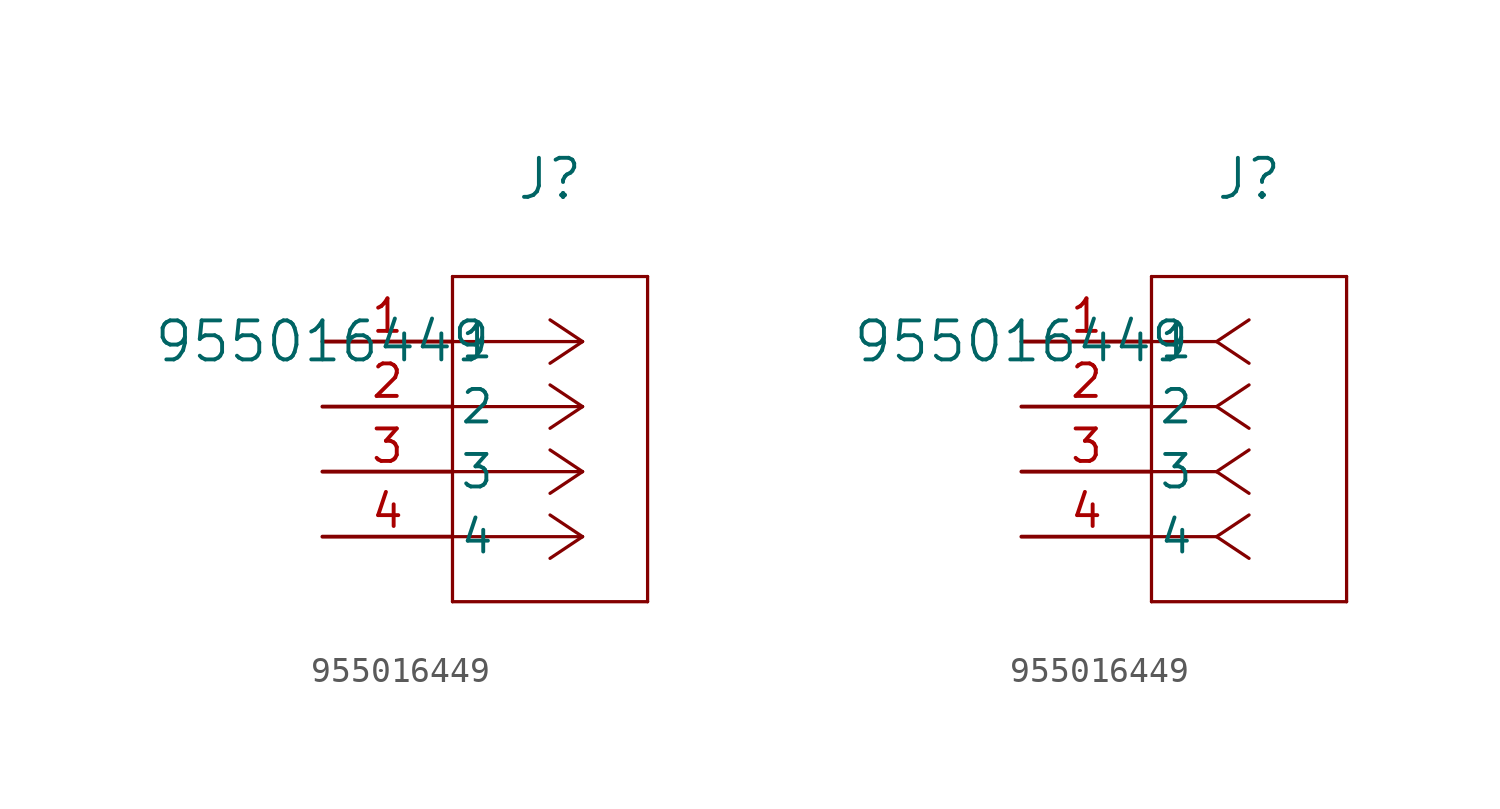
<source format=kicad_sym>
(kicad_symbol_lib
  (version 20211014)
  (generator kicad_symbol_editor)
  (symbol "955016449"
    (pin_names
      (offset 0.254))
    (property "Reference" "J"
      (at 8.89 6.35 0)
      (effects (font (size 1.524 1.524))))
    (property "Value" "955016449"
      (at 0 0 0)
      (effects (font (size 1.524 1.524))))
    (symbol "955016449_1_1"
      (polyline (pts (xy 10.16 0) (xy 5.08 0)) (stroke (width 0.127) (type default) (color 0 0 0 0)) (fill (type none)))
      (polyline (pts (xy 10.16 -2.54) (xy 5.08 -2.54)) (stroke (width 0.127) (type default) (color 0 0 0 0)) (fill (type none)))
      (polyline (pts (xy 10.16 -5.08) (xy 5.08 -5.08)) (stroke (width 0.127) (type default) (color 0 0 0 0)) (fill (type none)))
      (polyline (pts (xy 10.16 -7.62) (xy 5.08 -7.62)) (stroke (width 0.127) (type default) (color 0 0 0 0)) (fill (type none)))
      (polyline (pts (xy 10.16 0) (xy 8.89 0.847)) (stroke (width 0.127) (type default) (color 0 0 0 0)) (fill (type none)))
      (polyline (pts (xy 10.16 -2.54) (xy 8.89 -1.693)) (stroke (width 0.127) (type default) (color 0 0 0 0)) (fill (type none)))
      (polyline (pts (xy 10.16 -5.08) (xy 8.89 -4.233)) (stroke (width 0.127) (type default) (color 0 0 0 0)) (fill (type none)))
      (polyline (pts (xy 10.16 -7.62) (xy 8.89 -6.773)) (stroke (width 0.127) (type default) (color 0 0 0 0)) (fill (type none)))
      (polyline (pts (xy 10.16 0) (xy 8.89 -0.847)) (stroke (width 0.127) (type default) (color 0 0 0 0)) (fill (type none)))
      (polyline (pts (xy 10.16 -2.54) (xy 8.89 -3.387)) (stroke (width 0.127) (type default) (color 0 0 0 0)) (fill (type none)))
      (polyline (pts (xy 10.16 -5.08) (xy 8.89 -5.927)) (stroke (width 0.127) (type default) (color 0 0 0 0)) (fill (type none)))
      (polyline (pts (xy 10.16 -7.62) (xy 8.89 -8.467)) (stroke (width 0.127) (type default) (color 0 0 0 0)) (fill (type none)))
      (polyline (pts (xy 5.08 2.54) (xy 5.08 -10.16)) (stroke (width 0.127) (type default) (color 0 0 0 0)) (fill (type none)))
      (polyline (pts (xy 5.08 -10.16) (xy 12.7 -10.16)) (stroke (width 0.127) (type default) (color 0 0 0 0)) (fill (type none)))
      (polyline (pts (xy 12.7 -10.16) (xy 12.7 2.54)) (stroke (width 0.127) (type default) (color 0 0 0 0)) (fill (type none)))
      (polyline (pts (xy 12.7 2.54) (xy 5.08 2.54)) (stroke (width 0.127) (type default) (color 0 0 0 0)) (fill (type none)))
      (pin unspecified line (at 0 0 0) (length 5.08) (name "1" (effects (font (size 1.27 1.27)))) (number "1" (effects (font (size 1.27 1.27)))))
      (pin unspecified line (at 0 -2.54 0) (length 5.08) (name "2" (effects (font (size 1.27 1.27)))) (number "2" (effects (font (size 1.27 1.27)))))
      (pin unspecified line (at 0 -5.08 0) (length 5.08) (name "3" (effects (font (size 1.27 1.27)))) (number "3" (effects (font (size 1.27 1.27)))))
      (pin unspecified line (at 0 -7.62 0) (length 5.08) (name "4" (effects (font (size 1.27 1.27)))) (number "4" (effects (font (size 1.27 1.27))))))
    (symbol "955016449_1_2"
      (polyline (pts (xy 7.62 0) (xy 5.08 0)) (stroke (width 0.127) (type default) (color 0 0 0 0)) (fill (type none)))
      (polyline (pts (xy 7.62 -2.54) (xy 5.08 -2.54)) (stroke (width 0.127) (type default) (color 0 0 0 0)) (fill (type none)))
      (polyline (pts (xy 7.62 -5.08) (xy 5.08 -5.08)) (stroke (width 0.127) (type default) (color 0 0 0 0)) (fill (type none)))
      (polyline (pts (xy 7.62 -7.62) (xy 5.08 -7.62)) (stroke (width 0.127) (type default) (color 0 0 0 0)) (fill (type none)))
      (polyline (pts (xy 7.62 0) (xy 8.89 0.847)) (stroke (width 0.127) (type default) (color 0 0 0 0)) (fill (type none)))
      (polyline (pts (xy 7.62 -2.54) (xy 8.89 -1.693)) (stroke (width 0.127) (type default) (color 0 0 0 0)) (fill (type none)))
      (polyline (pts (xy 7.62 -5.08) (xy 8.89 -4.233)) (stroke (width 0.127) (type default) (color 0 0 0 0)) (fill (type none)))
      (polyline (pts (xy 7.62 -7.62) (xy 8.89 -6.773)) (stroke (width 0.127) (type default) (color 0 0 0 0)) (fill (type none)))
      (polyline (pts (xy 7.62 0) (xy 8.89 -0.847)) (stroke (width 0.127) (type default) (color 0 0 0 0)) (fill (type none)))
      (polyline (pts (xy 7.62 -2.54) (xy 8.89 -3.387)) (stroke (width 0.127) (type default) (color 0 0 0 0)) (fill (type none)))
      (polyline (pts (xy 7.62 -5.08) (xy 8.89 -5.927)) (stroke (width 0.127) (type default) (color 0 0 0 0)) (fill (type none)))
      (polyline (pts (xy 7.62 -7.62) (xy 8.89 -8.467)) (stroke (width 0.127) (type default) (color 0 0 0 0)) (fill (type none)))
      (polyline (pts (xy 5.08 2.54) (xy 5.08 -10.16)) (stroke (width 0.127) (type default) (color 0 0 0 0)) (fill (type none)))
      (polyline (pts (xy 5.08 -10.16) (xy 12.7 -10.16)) (stroke (width 0.127) (type default) (color 0 0 0 0)) (fill (type none)))
      (polyline (pts (xy 12.7 -10.16) (xy 12.7 2.54)) (stroke (width 0.127) (type default) (color 0 0 0 0)) (fill (type none)))
      (polyline (pts (xy 12.7 2.54) (xy 5.08 2.54)) (stroke (width 0.127) (type default) (color 0 0 0 0)) (fill (type none)))
      (pin unspecified line (at 0 0 0) (length 5.08) (name "1" (effects (font (size 1.27 1.27)))) (number "1" (effects (font (size 1.27 1.27)))))
      (pin unspecified line (at 0 -2.54 0) (length 5.08) (name "2" (effects (font (size 1.27 1.27)))) (number "2" (effects (font (size 1.27 1.27)))))
      (pin unspecified line (at 0 -5.08 0) (length 5.08) (name "3" (effects (font (size 1.27 1.27)))) (number "3" (effects (font (size 1.27 1.27)))))
      (pin unspecified line (at 0 -7.62 0) (length 5.08) (name "4" (effects (font (size 1.27 1.27)))) (number "4" (effects (font (size 1.27 1.27))))))))
</source>
